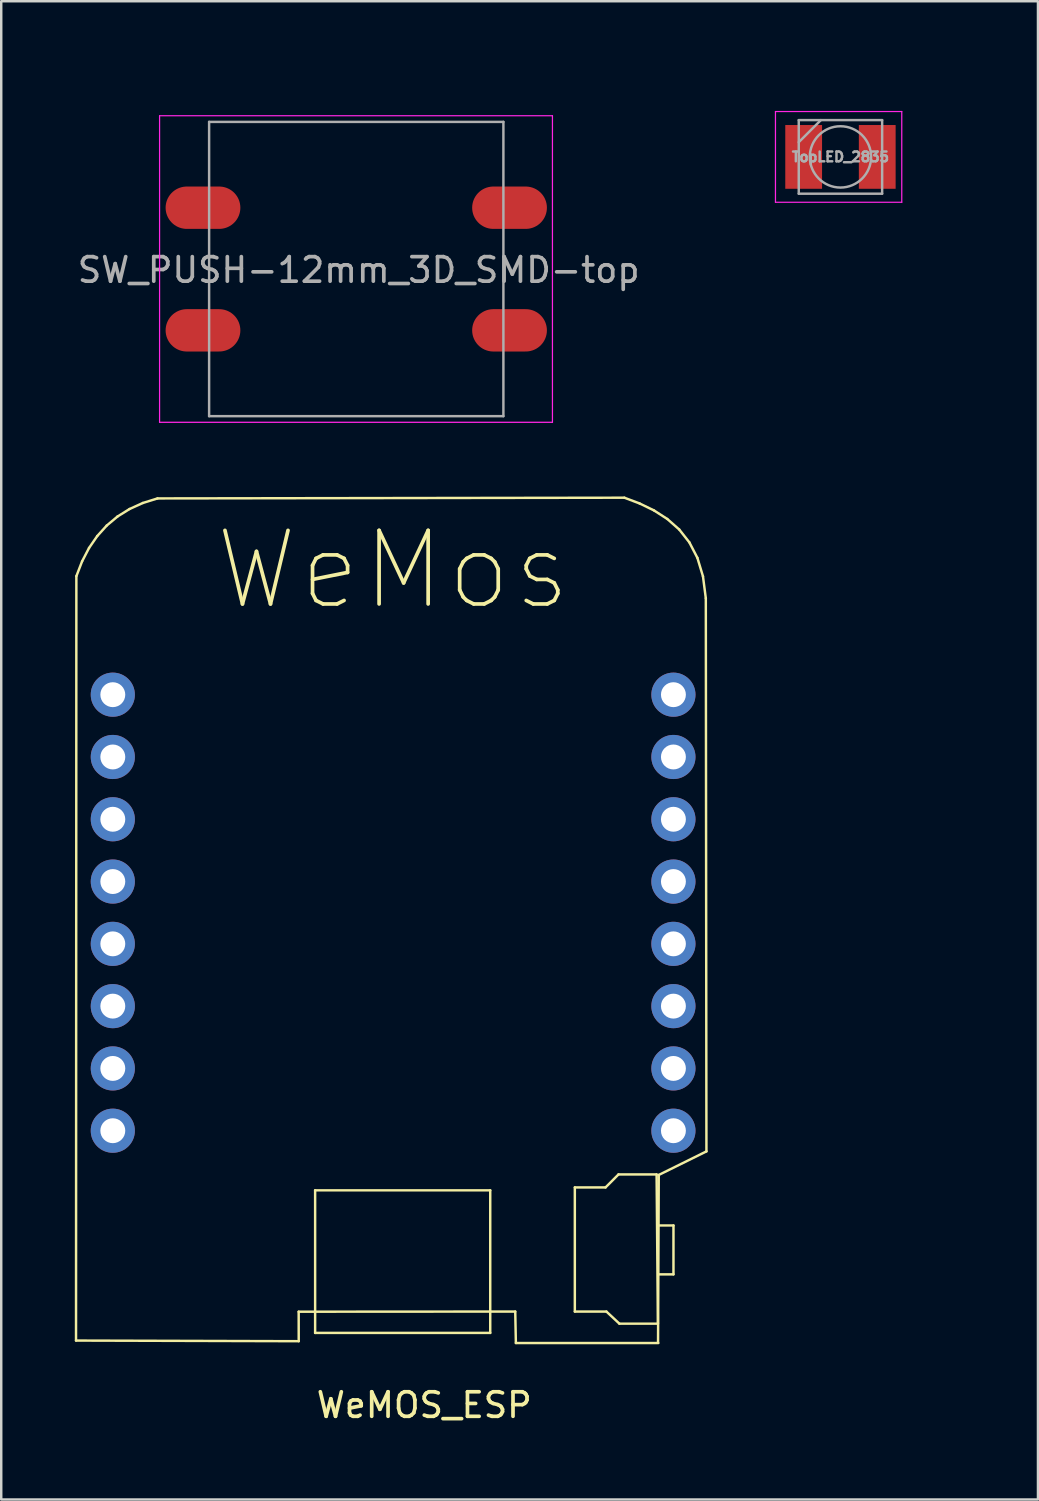
<source format=kicad_pcb>
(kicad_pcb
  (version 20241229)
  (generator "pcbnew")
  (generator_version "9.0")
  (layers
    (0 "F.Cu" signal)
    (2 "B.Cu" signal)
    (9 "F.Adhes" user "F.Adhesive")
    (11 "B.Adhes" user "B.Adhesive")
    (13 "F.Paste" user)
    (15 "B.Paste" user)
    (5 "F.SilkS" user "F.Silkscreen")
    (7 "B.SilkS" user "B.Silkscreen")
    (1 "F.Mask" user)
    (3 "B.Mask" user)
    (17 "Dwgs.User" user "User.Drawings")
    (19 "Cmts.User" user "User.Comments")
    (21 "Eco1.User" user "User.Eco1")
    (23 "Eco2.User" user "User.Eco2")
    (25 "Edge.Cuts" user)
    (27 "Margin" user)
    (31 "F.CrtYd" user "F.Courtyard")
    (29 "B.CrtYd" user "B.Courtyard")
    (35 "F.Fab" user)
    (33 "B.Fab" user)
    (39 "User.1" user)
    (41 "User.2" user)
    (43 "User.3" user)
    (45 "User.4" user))
  (footprint "TopLED_2835"
    (layer "F.Cu")
    (at 31.221 3.348)
    (property "Reference" "TopLED_2835" (at 0 -2.5 0) (layer "Eco2.User") (effects (font (size 1 1) (thickness 0.15))))
    (attr smd)
    (fp_line (start -2.65 -1.85) (end 2.5 -1.85) (stroke (width 0.05) (type solid)) (layer "F.CrtYd"))
    (fp_line (start -2.65 1.85) (end -2.65 -1.85) (stroke (width 0.05) (type solid)) (layer "F.CrtYd"))
    (fp_line (start 2.5 -1.85) (end 2.5 1.85) (stroke (width 0.05) (type solid)) (layer "F.CrtYd"))
    (fp_line (start 2.5 1.85) (end -2.65 1.85) (stroke (width 0.05) (type solid)) (layer "F.CrtYd"))
    (fp_line (start -1.7 -1.5) (end -1.7 1.5) (stroke (width 0.1) (type solid)) (layer "F.Fab"))
    (fp_line (start -1.7 -0.6) (end -0.8 -1.5) (stroke (width 0.1) (type solid)) (layer "F.Fab"))
    (fp_line (start -1.7 1.5) (end 1.7 1.5) (stroke (width 0.1) (type solid)) (layer "F.Fab"))
    (fp_line (start 1.7 -1.5) (end -1.7 -1.5) (stroke (width 0.1) (type solid)) (layer "F.Fab"))
    (fp_line (start 1.7 1.5) (end 1.7 -1.5) (stroke (width 0.1) (type solid)) (layer "F.Fab"))
    (fp_circle (center 0 0) (end 0 -1.25) (stroke (width 0.1) (type solid)) (fill no) (layer "F.Fab"))
    (fp_text user "${REFERENCE}" (at 0 0 0) (layer "F.Fab") (effects (font (size 0.4 0.4) (thickness 0.1))))
    (pad "1" smd rect (at -1.5 0) (size 1.5 2.6) (layers "F.Cu" "F.Mask" "F.Paste"))
    (pad "2" smd rect (at 1.5 0) (size 1.5 2.6) (layers "F.Cu" "F.Mask" "F.Paste")))
  (footprint "SW_PUSH-12mm_3D_SMD-top"
    (layer "F.Cu")
    (at 11.59 7.96)
    (property "Reference" "SW_PUSH-12mm_3D_SMD-top" (at 0 -7.112 0) (layer "Eco2.User") (effects (font (size 1 1) (thickness 0.15))))
    (attr through_hole)
    (fp_circle (center -0.013 0) (end 3.797 2.54) (stroke (width 0.12) (type solid)) (fill no) (layer "Eco2.User"))
    (fp_line (start -8.133 -6.29) (end -8.133 6.21) (stroke (width 0.05) (type solid)) (layer "F.CrtYd"))
    (fp_line (start -8.133 -6.29) (end 7.887 -6.29) (stroke (width 0.05) (type solid)) (layer "F.CrtYd"))
    (fp_line (start 7.887 6.21) (end -8.133 6.21) (stroke (width 0.05) (type solid)) (layer "F.CrtYd"))
    (fp_line (start 7.887 6.21) (end 7.887 -6.29) (stroke (width 0.05) (type solid)) (layer "F.CrtYd"))
    (fp_line (start -6.113 -6.04) (end -6.113 5.96) (stroke (width 0.1) (type solid)) (layer "F.Fab"))
    (fp_line (start -6.113 -6.04) (end 5.887 -6.04) (stroke (width 0.1) (type solid)) (layer "F.Fab"))
    (fp_line (start -6.113 5.96) (end 5.887 5.96) (stroke (width 0.1) (type solid)) (layer "F.Fab"))
    (fp_line (start 5.887 -6.04) (end 5.887 5.96) (stroke (width 0.1) (type solid)) (layer "F.Fab"))
    (fp_text user "${REFERENCE}" (at -0.013 0 0) (layer "F.Fab") (effects (font (size 1 1) (thickness 0.15))))
    (pad "1" smd oval (at -6.363 -2.54) (size 3.048 1.727) (layers "F.Cu" "F.Mask" "F.Paste"))
    (pad "1" smd oval (at 6.137 -2.54) (size 3.048 1.727) (layers "F.Cu" "F.Mask" "F.Paste"))
    (pad "2" smd oval (at -6.363 2.46) (size 3.048 1.727) (layers "F.Cu" "F.Mask" "F.Paste"))
    (pad "2" smd oval (at 6.137 2.46) (size 3.048 1.727) (layers "F.Cu" "F.Mask" "F.Paste")))
  (footprint "WeMOS_ESP"
    (layer "F.Cu")
    (at 12.98 35.437)
    (property "Reference" "WeMOS_ESP" (at 1.27 18.81 0) (layer "F.SilkS") (effects (font (size 1 1) (thickness 0.15))))
    (attr through_hole)
    (fp_line (start -12.93 16.177) (end -12.916 -14.993) (stroke (width 0.1) (type solid)) (layer "F.SilkS"))
    (fp_line (start -12.916 -14.993) (end -12.683 -15.596) (stroke (width 0.1) (type solid)) (layer "F.SilkS"))
    (fp_line (start -12.683 -15.596) (end -12.4 -16.141) (stroke (width 0.1) (type solid)) (layer "F.SilkS"))
    (fp_line (start -12.4 -16.141) (end -12.065 -16.628) (stroke (width 0.1) (type solid)) (layer "F.SilkS"))
    (fp_line (start -12.065 -16.628) (end -11.679 -17.055) (stroke (width 0.1) (type solid)) (layer "F.SilkS"))
    (fp_line (start -11.679 -17.055) (end -11.241 -17.423) (stroke (width 0.1) (type solid)) (layer "F.SilkS"))
    (fp_line (start -11.241 -17.423) (end -10.749 -17.73) (stroke (width 0.1) (type solid)) (layer "F.SilkS"))
    (fp_line (start -10.749 -17.73) (end -10.205 -17.977) (stroke (width 0.1) (type solid)) (layer "F.SilkS"))
    (fp_line (start -10.205 -17.977) (end -9.607 -18.163) (stroke (width 0.1) (type solid)) (layer "F.SilkS"))
    (fp_line (start -9.607 -18.163) (end 9.43 -18.192) (stroke (width 0.1) (type solid)) (layer "F.SilkS"))
    (fp_line (start -3.851 15) (end -3.849 16.203) (stroke (width 0.1) (type solid)) (layer "F.SilkS"))
    (fp_line (start -3.849 16.203) (end -12.93 16.177) (stroke (width 0.1) (type solid)) (layer "F.SilkS"))
    (fp_line (start -3.18 10.051) (end 3.96 10.051) (stroke (width 0.1) (type solid)) (layer "F.SilkS"))
    (fp_line (start -3.18 15.865) (end -3.18 10.051) (stroke (width 0.1) (type solid)) (layer "F.SilkS"))
    (fp_line (start 3.96 10.051) (end 3.96 15.865) (stroke (width 0.1) (type solid)) (layer "F.SilkS"))
    (fp_line (start 3.96 15.865) (end -3.18 15.865) (stroke (width 0.1) (type solid)) (layer "F.SilkS"))
    (fp_line (start 4.98 14.994) (end -3.851 15) (stroke (width 0.1) (type solid)) (layer "F.SilkS"))
    (fp_line (start 5.006 16.277) (end 4.98 14.994) (stroke (width 0.1) (type solid)) (layer "F.SilkS"))
    (fp_line (start 7.41 9.932) (end 7.41 14.994) (stroke (width 0.1) (type solid)) (layer "F.SilkS"))
    (fp_line (start 7.41 14.994) (end 8.697 14.994) (stroke (width 0.1) (type solid)) (layer "F.SilkS"))
    (fp_line (start 8.662 9.932) (end 7.41 9.932) (stroke (width 0.1) (type solid)) (layer "F.SilkS"))
    (fp_line (start 8.697 14.994) (end 9.227 15.488) (stroke (width 0.1) (type solid)) (layer "F.SilkS"))
    (fp_line (start 9.191 9.402) (end 8.662 9.932) (stroke (width 0.1) (type solid)) (layer "F.SilkS"))
    (fp_line (start 9.227 15.488) (end 10.797 15.488) (stroke (width 0.1) (type solid)) (layer "F.SilkS"))
    (fp_line (start 9.43 -18.192) (end 10.05 -17.958) (stroke (width 0.1) (type solid)) (layer "F.SilkS"))
    (fp_line (start 10.05 -17.958) (end 10.638 -17.673) (stroke (width 0.1) (type solid)) (layer "F.SilkS"))
    (fp_line (start 10.638 -17.673) (end 11.181 -17.324) (stroke (width 0.1) (type solid)) (layer "F.SilkS"))
    (fp_line (start 10.744 9.402) (end 9.191 9.402) (stroke (width 0.1) (type solid)) (layer "F.SilkS"))
    (fp_line (start 10.779 11.484) (end 11.432 11.484) (stroke (width 0.1) (type solid)) (layer "F.SilkS"))
    (fp_line (start 10.797 15.488) (end 10.744 9.402) (stroke (width 0.1) (type solid)) (layer "F.SilkS"))
    (fp_line (start 10.817 16.277) (end 5.006 16.277) (stroke (width 0.1) (type solid)) (layer "F.SilkS"))
    (fp_line (start 10.832 9.424) (end 10.803 16.233) (stroke (width 0.1) (type solid)) (layer "F.SilkS"))
    (fp_line (start 11.181 -17.324) (end 11.667 -16.895) (stroke (width 0.1) (type solid)) (layer "F.SilkS"))
    (fp_line (start 11.432 11.484) (end 11.432 13.477) (stroke (width 0.1) (type solid)) (layer "F.SilkS"))
    (fp_line (start 11.432 13.477) (end 10.814 13.477) (stroke (width 0.1) (type solid)) (layer "F.SilkS"))
    (fp_line (start 11.667 -16.895) (end 12.08 -16.371) (stroke (width 0.1) (type solid)) (layer "F.SilkS"))
    (fp_line (start 12.08 -16.371) (end 12.407 -15.74) (stroke (width 0.1) (type solid)) (layer "F.SilkS"))
    (fp_line (start 12.407 -15.74) (end 12.635 -14.985) (stroke (width 0.1) (type solid)) (layer "F.SilkS"))
    (fp_line (start 12.635 -14.985) (end 12.751 -14.092) (stroke (width 0.1) (type solid)) (layer "F.SilkS"))
    (fp_line (start 12.751 -14.092) (end 12.776 8.463) (stroke (width 0.1) (type solid)) (layer "F.SilkS"))
    (fp_line (start 12.776 8.463) (end 10.832 9.424) (stroke (width 0.1) (type solid)) (layer "F.SilkS"))
    (fp_text user "WeMos" (at 0 -15.24 0) (layer "F.SilkS") (effects (font (size 3 3) (thickness 0.15))))
    (pad "1" thru_hole circle (at -11.43 7.62) (size 1.8 1.8) (drill 1.016) (layers "F.Cu" "F.Mask"))
    (pad "2" thru_hole circle (at -11.43 5.08) (size 1.8 1.8) (drill 1.016) (layers "F.Cu" "F.Mask"))
    (pad "3" thru_hole circle (at -11.43 2.54) (size 1.8 1.8) (drill 1.016) (layers "F.Cu" "F.Mask"))
    (pad "4" thru_hole circle (at -11.43 0) (size 1.8 1.8) (drill 1.016) (layers "F.Cu" "F.Mask"))
    (pad "5" thru_hole circle (at -11.43 -2.54) (size 1.8 1.8) (drill 1.016) (layers "F.Cu" "F.Mask"))
    (pad "6" thru_hole circle (at -11.43 -5.08) (size 1.8 1.8) (drill 1.016) (layers "F.Cu" "F.Mask"))
    (pad "7" thru_hole circle (at -11.43 -7.62) (size 1.8 1.8) (drill 1.016) (layers "F.Cu" "F.Mask"))
    (pad "8" thru_hole circle (at -11.43 -10.16) (size 1.8 1.8) (drill 1.016) (layers "F.Cu" "F.Mask"))
    (pad "9" thru_hole circle (at 11.43 -10.16) (size 1.8 1.8) (drill 1.016) (layers "F.Cu" "F.Mask"))
    (pad "10" thru_hole circle (at 11.43 -7.62) (size 1.8 1.8) (drill 1.016) (layers "F.Cu" "F.Mask"))
    (pad "11" thru_hole circle (at 11.43 -5.08) (size 1.8 1.8) (drill 1.016) (layers "F.Cu" "F.Mask"))
    (pad "12" thru_hole circle (at 11.43 -2.54) (size 1.8 1.8) (drill 1.016) (layers "F.Cu" "F.Mask"))
    (pad "13" thru_hole circle (at 11.43 0) (size 1.8 1.8) (drill 1.016) (layers "F.Cu" "F.Mask"))
    (pad "14" thru_hole circle (at 11.43 2.54) (size 1.8 1.8) (drill 1.016) (layers "F.Cu" "F.Mask"))
    (pad "15" thru_hole circle (at 11.43 5.08) (size 1.8 1.8) (drill 1.016) (layers "F.Cu" "F.Mask"))
    (pad "16" thru_hole circle (at 11.43 7.62) (size 1.8 1.8) (drill 1.016) (layers "F.Cu" "F.Mask")))
  (gr_rect
    (start -3 -3)
    (end 39.275 58.095)
    (stroke (width 0.1) (type default))
    (fill no)
    (layer "Edge.Cuts")))
</source>
